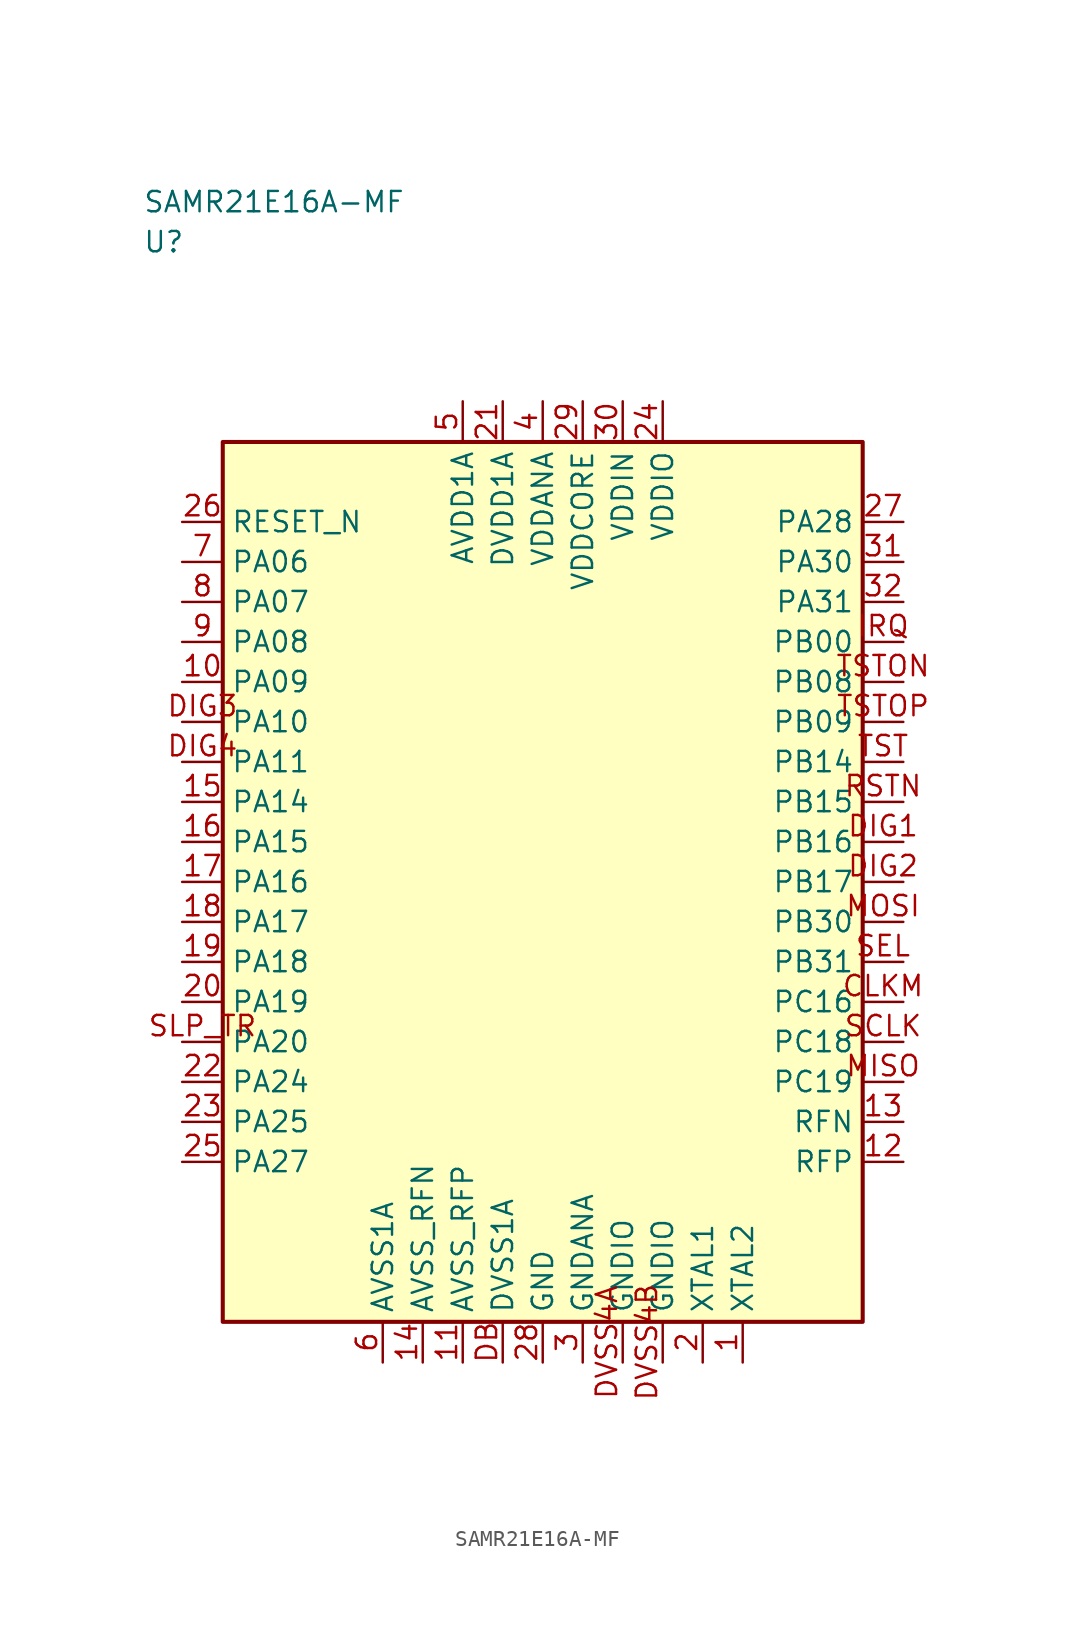
<source format=kicad_sym>
(kicad_symbol_lib
  (version 20241025)
  (generator "kicad_symbol_editor")
  (generator_version "8.0")
  (symbol "SAMR21E16A-MF"
    (property "Reference" "U"
      (at -25.0 40.0 0)
      (effects (font (size 1.27 1.27)) (justify left)))
    (property "Value" "SAMR21E16A-MF"
      (at -25.0 42.5 0)
      (effects (font (size 1.27 1.27)) (justify left)))
    (symbol "SAMR21E16A-MF_0_1"
      (rectangle (start -20.0 27.5) (end 20.0 -27.5) (stroke (width 0.254) (type default)) (fill (type background))))
    (symbol "SAMR21E16A-MF_1_1"
      (pin passive line (at 12.5 -30.04 90.0) (length 2.54) (name "XTAL2" (effects (font (size 1.27 1.27)))) (number "1" (effects (font (size 1.27 1.27)))))
      (pin passive line (at 10.0 -30.04 90.0) (length 2.54) (name "XTAL1" (effects (font (size 1.27 1.27)))) (number "2" (effects (font (size 1.27 1.27)))))
      (pin passive line (at 2.5 -30.04 90.0) (length 2.54) (name "GNDANA" (effects (font (size 1.27 1.27)))) (number "3" (effects (font (size 1.27 1.27)))))
      (pin power_in line (at 0.0 30.04 270.0) (length 2.54) (name "VDDANA" (effects (font (size 1.27 1.27)))) (number "4" (effects (font (size 1.27 1.27)))))
      (pin power_in line (at -5.0 30.04 270.0) (length 2.54) (name "AVDD1A" (effects (font (size 1.27 1.27)))) (number "5" (effects (font (size 1.27 1.27)))))
      (pin passive line (at -10.0 -30.04 90.0) (length 2.54) (name "AVSS1A" (effects (font (size 1.27 1.27)))) (number "6" (effects (font (size 1.27 1.27)))))
      (pin bidirectional line (at -22.54 20.0 0.0) (length 2.54) (name "PA06" (effects (font (size 1.27 1.27)))) (number "7" (effects (font (size 1.27 1.27)))))
      (pin bidirectional line (at -22.54 17.5 0.0) (length 2.54) (name "PA07" (effects (font (size 1.27 1.27)))) (number "8" (effects (font (size 1.27 1.27)))))
      (pin bidirectional line (at -22.54 15.0 0.0) (length 2.54) (name "PA08" (effects (font (size 1.27 1.27)))) (number "9" (effects (font (size 1.27 1.27)))))
      (pin bidirectional line (at -22.54 12.5 0.0) (length 2.54) (name "PA09" (effects (font (size 1.27 1.27)))) (number "10" (effects (font (size 1.27 1.27)))))
      (pin passive line (at -5.0 -30.04 90.0) (length 2.54) (name "AVSS_RFP" (effects (font (size 1.27 1.27)))) (number "11" (effects (font (size 1.27 1.27)))))
      (pin bidirectional line (at 22.54 -17.5 180.0) (length 2.54) (name "RFP" (effects (font (size 1.27 1.27)))) (number "12" (effects (font (size 1.27 1.27)))))
      (pin bidirectional line (at 22.54 -15.0 180.0) (length 2.54) (name "RFN" (effects (font (size 1.27 1.27)))) (number "13" (effects (font (size 1.27 1.27)))))
      (pin passive line (at -7.5 -30.04 90.0) (length 2.54) (name "AVSS_RFN" (effects (font (size 1.27 1.27)))) (number "14" (effects (font (size 1.27 1.27)))))
      (pin bidirectional line (at -22.54 5.0 0.0) (length 2.54) (name "PA14" (effects (font (size 1.27 1.27)))) (number "15" (effects (font (size 1.27 1.27)))))
      (pin bidirectional line (at -22.54 2.5 0.0) (length 2.54) (name "PA15" (effects (font (size 1.27 1.27)))) (number "16" (effects (font (size 1.27 1.27)))))
      (pin bidirectional line (at -22.54 0.0 0.0) (length 2.54) (name "PA16" (effects (font (size 1.27 1.27)))) (number "17" (effects (font (size 1.27 1.27)))))
      (pin bidirectional line (at -22.54 -2.5 0.0) (length 2.54) (name "PA17" (effects (font (size 1.27 1.27)))) (number "18" (effects (font (size 1.27 1.27)))))
      (pin bidirectional line (at -22.54 -5.0 0.0) (length 2.54) (name "PA18" (effects (font (size 1.27 1.27)))) (number "19" (effects (font (size 1.27 1.27)))))
      (pin bidirectional line (at -22.54 -7.5 0.0) (length 2.54) (name "PA19" (effects (font (size 1.27 1.27)))) (number "20" (effects (font (size 1.27 1.27)))))
      (pin power_in line (at -2.5 30.04 270.0) (length 2.54) (name "DVDD1A" (effects (font (size 1.27 1.27)))) (number "21" (effects (font (size 1.27 1.27)))))
      (pin bidirectional line (at -22.54 -12.5 0.0) (length 2.54) (name "PA24" (effects (font (size 1.27 1.27)))) (number "22" (effects (font (size 1.27 1.27)))))
      (pin bidirectional line (at -22.54 -15.0 0.0) (length 2.54) (name "PA25" (effects (font (size 1.27 1.27)))) (number "23" (effects (font (size 1.27 1.27)))))
      (pin power_in line (at 7.5 30.04 270.0) (length 2.54) (name "VDDIO" (effects (font (size 1.27 1.27)))) (number "24" (effects (font (size 1.27 1.27)))))
      (pin bidirectional line (at -22.54 -17.5 0.0) (length 2.54) (name "PA27" (effects (font (size 1.27 1.27)))) (number "25" (effects (font (size 1.27 1.27)))))
      (pin input line (at -22.54 22.5 0.0) (length 2.54) (name "RESET_N" (effects (font (size 1.27 1.27)))) (number "26" (effects (font (size 1.27 1.27)))))
      (pin bidirectional line (at 22.54 22.5 180.0) (length 2.54) (name "PA28" (effects (font (size 1.27 1.27)))) (number "27" (effects (font (size 1.27 1.27)))))
      (pin passive line (at 0.0 -30.04 90.0) (length 2.54) (name "GND" (effects (font (size 1.27 1.27)))) (number "28" (effects (font (size 1.27 1.27)))))
      (pin power_in line (at 2.5 30.04 270.0) (length 2.54) (name "VDDCORE" (effects (font (size 1.27 1.27)))) (number "29" (effects (font (size 1.27 1.27)))))
      (pin power_in line (at 5.0 30.04 270.0) (length 2.54) (name "VDDIN" (effects (font (size 1.27 1.27)))) (number "30" (effects (font (size 1.27 1.27)))))
      (pin bidirectional line (at 22.54 20.0 180.0) (length 2.54) (name "PA30" (effects (font (size 1.27 1.27)))) (number "31" (effects (font (size 1.27 1.27)))))
      (pin bidirectional line (at 22.54 17.5 180.0) (length 2.54) (name "PA31" (effects (font (size 1.27 1.27)))) (number "32" (effects (font (size 1.27 1.27)))))
      (pin bidirectional line (at 22.54 -7.5 180.0) (length 2.54) (name "PC16" (effects (font (size 1.27 1.27)))) (number "CLKM" (effects (font (size 1.27 1.27)))))
      (pin passive line (at -2.5 -30.04 90.0) (length 2.54) (name "DVSS1A" (effects (font (size 1.27 1.27)))) (number "DB" (effects (font (size 1.27 1.27)))))
      (pin bidirectional line (at 22.54 2.5 180.0) (length 2.54) (name "PB16" (effects (font (size 1.27 1.27)))) (number "DIG1" (effects (font (size 1.27 1.27)))))
      (pin bidirectional line (at 22.54 0.0 180.0) (length 2.54) (name "PB17" (effects (font (size 1.27 1.27)))) (number "DIG2" (effects (font (size 1.27 1.27)))))
      (pin bidirectional line (at -22.54 10.0 0.0) (length 2.54) (name "PA10" (effects (font (size 1.27 1.27)))) (number "DIG3" (effects (font (size 1.27 1.27)))))
      (pin bidirectional line (at -22.54 7.5 0.0) (length 2.54) (name "PA11" (effects (font (size 1.27 1.27)))) (number "DIG4" (effects (font (size 1.27 1.27)))))
      (pin passive line (at 5.0 -30.04 90.0) (length 2.54) (name "GNDIO" (effects (font (size 1.27 1.27)))) (number "DVSS4A" (effects (font (size 1.27 1.27)))))
      (pin passive line (at 7.5 -30.04 90.0) (length 2.54) (name "GNDIO" (effects (font (size 1.27 1.27)))) (number "DVSS4B" (effects (font (size 1.27 1.27)))))
      (pin bidirectional line (at 22.54 15.0 180.0) (length 2.54) (name "PB00" (effects (font (size 1.27 1.27)))) (number "IRQ" (effects (font (size 1.27 1.27)))))
      (pin bidirectional line (at 22.54 -12.5 180.0) (length 2.54) (name "PC19" (effects (font (size 1.27 1.27)))) (number "MISO" (effects (font (size 1.27 1.27)))))
      (pin bidirectional line (at 22.54 -2.5 180.0) (length 2.54) (name "PB30" (effects (font (size 1.27 1.27)))) (number "MOSI" (effects (font (size 1.27 1.27)))))
      (pin bidirectional line (at 22.54 5.0 180.0) (length 2.54) (name "PB15" (effects (font (size 1.27 1.27)))) (number "RSTN" (effects (font (size 1.27 1.27)))))
      (pin bidirectional line (at 22.54 -10.0 180.0) (length 2.54) (name "PC18" (effects (font (size 1.27 1.27)))) (number "SCLK" (effects (font (size 1.27 1.27)))))
      (pin bidirectional line (at 22.54 -5.0 180.0) (length 2.54) (name "PB31" (effects (font (size 1.27 1.27)))) (number "SEL" (effects (font (size 1.27 1.27)))))
      (pin bidirectional line (at -22.54 -10.0 0.0) (length 2.54) (name "PA20" (effects (font (size 1.27 1.27)))) (number "SLP_TR" (effects (font (size 1.27 1.27)))))
      (pin bidirectional line (at 22.54 7.5 180.0) (length 2.54) (name "PB14" (effects (font (size 1.27 1.27)))) (number "TST" (effects (font (size 1.27 1.27)))))
      (pin bidirectional line (at 22.54 12.5 180.0) (length 2.54) (name "PB08" (effects (font (size 1.27 1.27)))) (number "TSTON" (effects (font (size 1.27 1.27)))))
      (pin bidirectional line (at 22.54 10.0 180.0) (length 2.54) (name "PB09" (effects (font (size 1.27 1.27)))) (number "TSTOP" (effects (font (size 1.27 1.27))))))))
</source>
